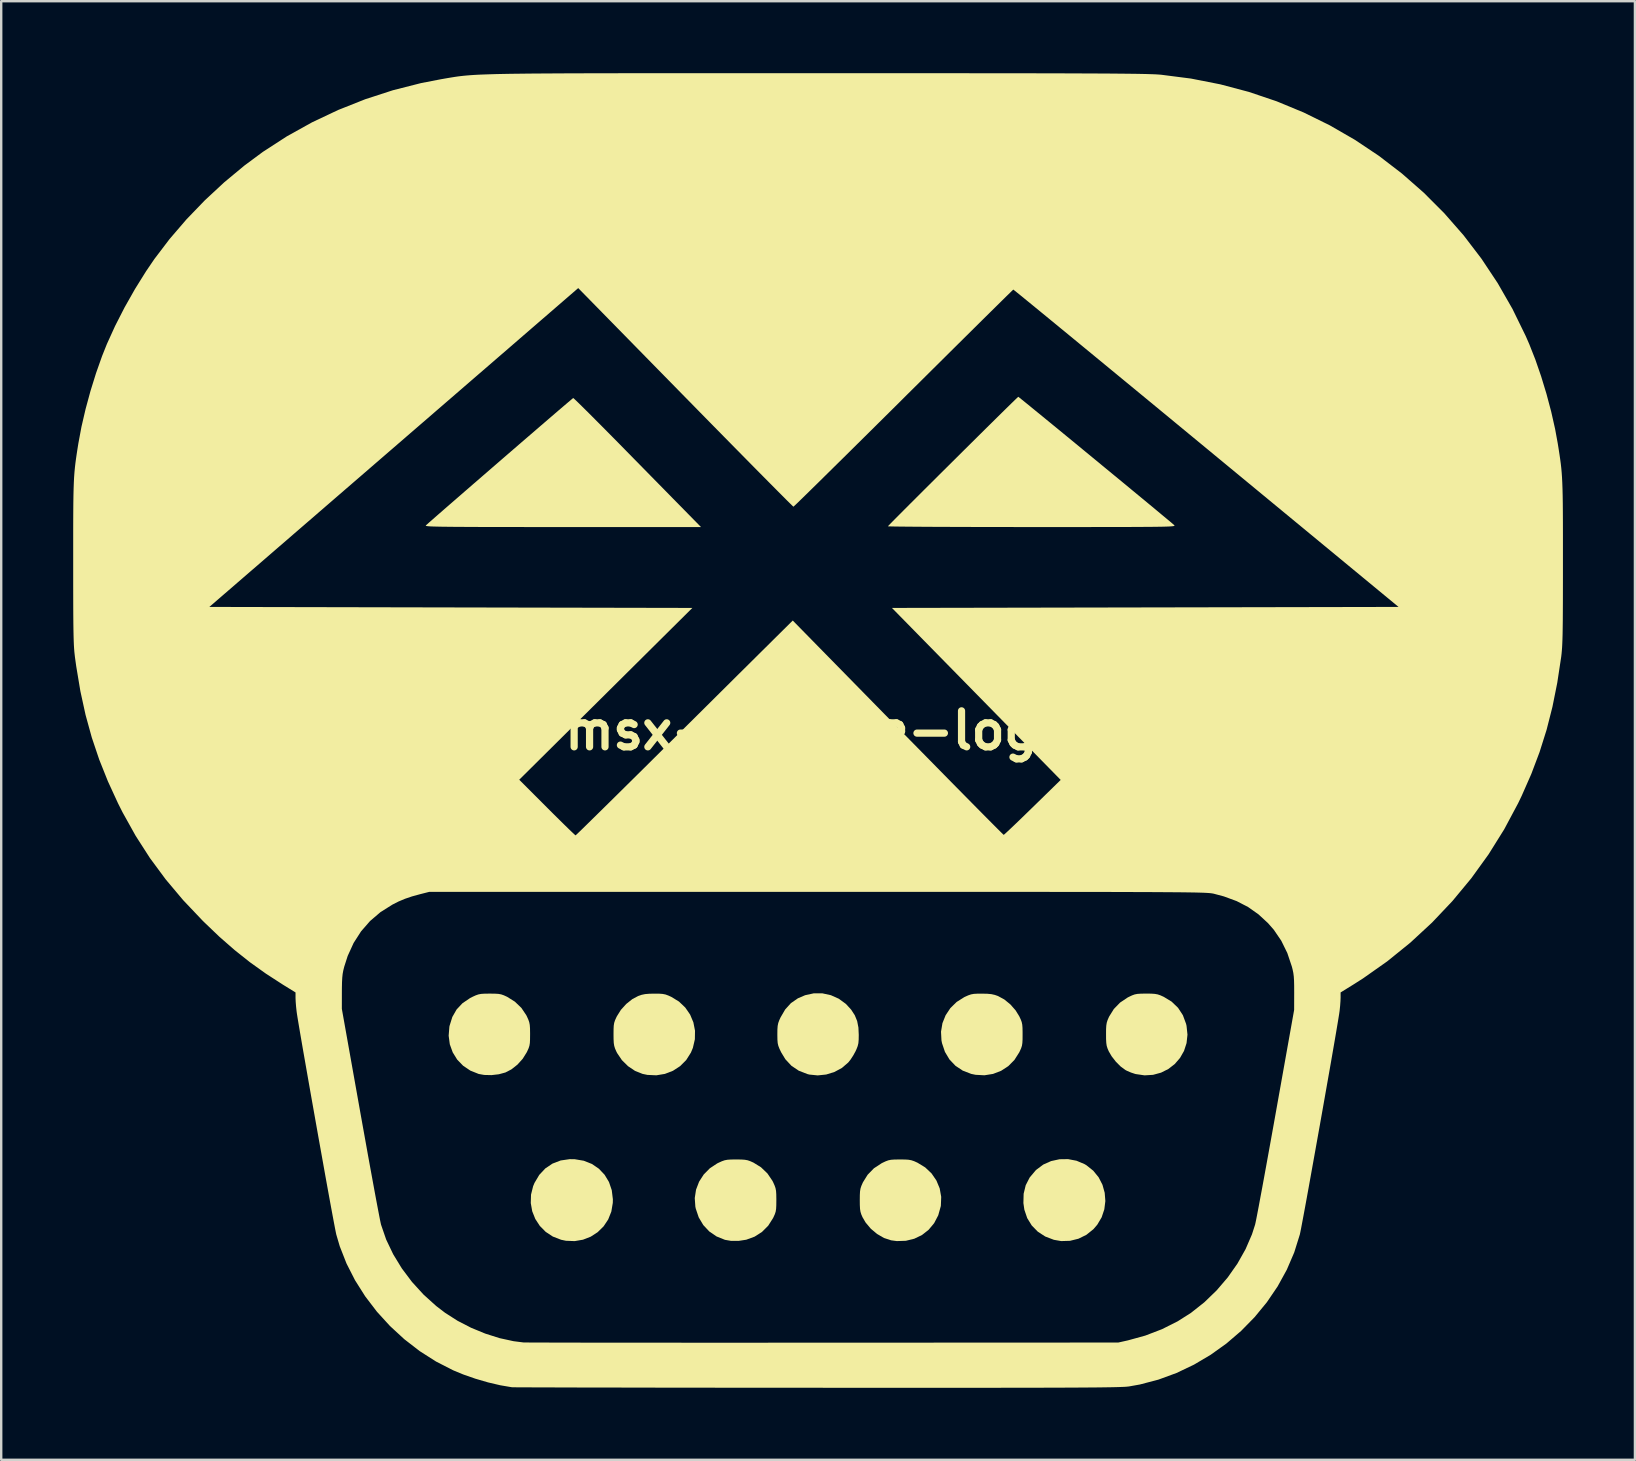
<source format=kicad_pcb>
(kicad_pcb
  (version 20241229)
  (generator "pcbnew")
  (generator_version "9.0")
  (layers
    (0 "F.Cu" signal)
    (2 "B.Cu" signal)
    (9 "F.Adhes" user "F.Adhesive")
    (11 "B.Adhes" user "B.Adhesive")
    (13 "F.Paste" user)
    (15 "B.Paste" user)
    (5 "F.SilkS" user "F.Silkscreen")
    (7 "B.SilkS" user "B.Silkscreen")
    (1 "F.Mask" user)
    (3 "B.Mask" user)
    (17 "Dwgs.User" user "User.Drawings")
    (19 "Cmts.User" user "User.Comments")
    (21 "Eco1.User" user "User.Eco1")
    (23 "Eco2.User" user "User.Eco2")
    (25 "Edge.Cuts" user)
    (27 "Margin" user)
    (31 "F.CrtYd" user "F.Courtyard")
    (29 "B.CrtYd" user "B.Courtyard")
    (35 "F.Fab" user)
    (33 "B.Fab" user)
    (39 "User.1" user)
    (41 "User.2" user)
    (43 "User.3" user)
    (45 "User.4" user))
  (footprint "msx-joyblue-logo"
    (layer "F.Cu")
    (at 31.018 27.393)
    (property "Reference" "msx-joyblue-logo" (at 0 0 0) (layer "F.SilkS") (effects (font (size 1.5 1.5) (thickness 0.3))))
    (attr board_only exclude_from_pos_files exclude_from_bom)
    (fp_poly (pts (xy -10.116 17.863) (xy -9.741 17.926) (xy -9.404 18.06) (xy -9.113 18.258) (xy -8.873 18.511) (xy -8.691 18.813) (xy -8.575 19.155) (xy -8.529 19.531) (xy -8.532 19.681) (xy -8.593 20.044) (xy -8.724 20.373) (xy -8.917 20.662) (xy -9.163 20.903) (xy -9.451 21.09) (xy -9.774 21.216) (xy -10.121 21.275) (xy -10.484 21.261) (xy -10.686 21.219) (xy -11.03 21.086) (xy -11.328 20.89) (xy -11.573 20.642) (xy -11.762 20.352) (xy -11.89 20.031) (xy -11.95 19.69) (xy -11.94 19.338) (xy -11.852 18.987) (xy -11.795 18.85) (xy -11.596 18.515) (xy -11.344 18.246) (xy -11.045 18.045) (xy -10.705 17.915) (xy -10.329 17.86)) (stroke (width 0) (type solid)) (fill yes) (layer "F.SilkS"))
    (fp_poly (pts (xy 10.792 17.926) (xy 11.124 18.066) (xy 11.203 18.113) (xy 11.49 18.342) (xy 11.714 18.618) (xy 11.873 18.928) (xy 11.966 19.262) (xy 11.993 19.606) (xy 11.95 19.951) (xy 11.839 20.283) (xy 11.656 20.592) (xy 11.494 20.78) (xy 11.203 21.013) (xy 10.874 21.175) (xy 10.52 21.263) (xy 10.153 21.274) (xy 9.848 21.221) (xy 9.487 21.083) (xy 9.178 20.882) (xy 8.926 20.624) (xy 8.737 20.317) (xy 8.618 19.967) (xy 8.578 19.69) (xy 8.588 19.301) (xy 8.674 18.948) (xy 8.838 18.627) (xy 9.082 18.335) (xy 9.12 18.299) (xy 9.407 18.085) (xy 9.733 17.94) (xy 10.082 17.864) (xy 10.44 17.859)) (stroke (width 0) (type solid)) (fill yes) (layer "F.SilkS"))
    (fp_poly (pts (xy 0.204 10.951) (xy 0.556 11.028) (xy 0.887 11.176) (xy 1.182 11.392) (xy 1.401 11.631) (xy 1.552 11.864) (xy 1.65 12.104) (xy 1.703 12.375) (xy 1.717 12.679) (xy 1.714 12.879) (xy 1.702 13.026) (xy 1.673 13.147) (xy 1.624 13.275) (xy 1.583 13.365) (xy 1.487 13.54) (xy 1.373 13.715) (xy 1.277 13.834) (xy 1.014 14.06) (xy 0.703 14.227) (xy 0.361 14.333) (xy 0.007 14.37) (xy -0.342 14.335) (xy -0.424 14.314) (xy -0.783 14.174) (xy -1.089 13.968) (xy -1.341 13.697) (xy -1.515 13.41) (xy -1.589 13.256) (xy -1.635 13.136) (xy -1.661 13.022) (xy -1.672 12.884) (xy -1.675 12.694) (xy -1.675 12.66) (xy -1.673 12.455) (xy -1.662 12.307) (xy -1.638 12.188) (xy -1.595 12.07) (xy -1.543 11.956) (xy -1.349 11.623) (xy -1.11 11.359) (xy -0.82 11.158) (xy -0.517 11.028) (xy -0.158 10.95)) (stroke (width 0) (type solid)) (fill yes) (layer "F.SilkS"))
    (fp_poly (pts (xy -6.603 10.964) (xy -6.456 10.975) (xy -6.337 10.998) (xy -6.219 11.041) (xy -6.096 11.097) (xy -5.775 11.293) (xy -5.512 11.543) (xy -5.31 11.836) (xy -5.174 12.161) (xy -5.106 12.508) (xy -5.112 12.865) (xy -5.195 13.222) (xy -5.277 13.419) (xy -5.473 13.73) (xy -5.727 13.984) (xy -6.026 14.178) (xy -6.361 14.307) (xy -6.718 14.366) (xy -7.089 14.349) (xy -7.292 14.307) (xy -7.607 14.181) (xy -7.9 13.984) (xy -8.154 13.732) (xy -8.353 13.437) (xy -8.389 13.365) (xy -8.44 13.247) (xy -8.473 13.139) (xy -8.492 13.018) (xy -8.5 12.858) (xy -8.502 12.657) (xy -8.5 12.446) (xy -8.493 12.296) (xy -8.474 12.18) (xy -8.44 12.075) (xy -8.386 11.955) (xy -8.363 11.908) (xy -8.194 11.638) (xy -7.971 11.392) (xy -7.717 11.19) (xy -7.475 11.062) (xy -7.331 11.012) (xy -7.186 10.982) (xy -7.01 10.967) (xy -6.806 10.963)) (stroke (width 0) (type solid)) (fill yes) (layer "F.SilkS"))
    (fp_poly (pts (xy 7.075 10.968) (xy 7.246 10.984) (xy 7.39 11.017) (xy 7.518 11.062) (xy 7.782 11.205) (xy 8.035 11.412) (xy 8.254 11.661) (xy 8.406 11.908) (xy 8.467 12.038) (xy 8.507 12.145) (xy 8.53 12.254) (xy 8.541 12.39) (xy 8.544 12.578) (xy 8.544 12.658) (xy 8.543 12.868) (xy 8.535 13.019) (xy 8.517 13.134) (xy 8.483 13.24) (xy 8.429 13.359) (xy 8.406 13.408) (xy 8.205 13.724) (xy 7.949 13.983) (xy 7.648 14.179) (xy 7.313 14.308) (xy 6.954 14.365) (xy 6.583 14.345) (xy 6.403 14.307) (xy 6.051 14.171) (xy 5.747 13.969) (xy 5.498 13.707) (xy 5.309 13.391) (xy 5.187 13.029) (xy 5.164 12.915) (xy 5.145 12.549) (xy 5.204 12.195) (xy 5.337 11.863) (xy 5.536 11.564) (xy 5.797 11.309) (xy 6.113 11.109) (xy 6.138 11.097) (xy 6.279 11.034) (xy 6.396 10.994) (xy 6.517 10.972) (xy 6.67 10.964) (xy 6.848 10.963)) (stroke (width 0) (type solid)) (fill yes) (layer "F.SilkS"))
    (fp_poly (pts (xy -3.184 17.875) (xy -3.034 17.885) (xy -2.916 17.906) (xy -2.803 17.945) (xy -2.671 18.004) (xy -2.357 18.198) (xy -2.088 18.456) (xy -1.88 18.763) (xy -1.848 18.827) (xy -1.79 18.957) (xy -1.752 19.066) (xy -1.73 19.18) (xy -1.72 19.324) (xy -1.717 19.523) (xy -1.717 19.57) (xy -1.719 19.781) (xy -1.727 19.932) (xy -1.745 20.047) (xy -1.779 20.152) (xy -1.833 20.272) (xy -1.855 20.317) (xy -2.056 20.633) (xy -2.316 20.893) (xy -2.624 21.09) (xy -2.971 21.217) (xy -3.29 21.266) (xy -3.601 21.266) (xy -3.858 21.222) (xy -4.208 21.081) (xy -4.512 20.873) (xy -4.762 20.606) (xy -4.952 20.286) (xy -5.075 19.921) (xy -5.092 19.839) (xy -5.117 19.481) (xy -5.063 19.13) (xy -4.936 18.799) (xy -4.743 18.499) (xy -4.489 18.241) (xy -4.181 18.037) (xy -4.123 18.009) (xy -3.986 17.947) (xy -3.872 17.907) (xy -3.755 17.885) (xy -3.607 17.875) (xy -3.403 17.873) (xy -3.392 17.873)) (stroke (width 0) (type solid)) (fill yes) (layer "F.SilkS"))
    (fp_poly (pts (xy 3.642 17.875) (xy 3.791 17.884) (xy 3.909 17.906) (xy 4.023 17.944) (xy 4.158 18.005) (xy 4.166 18.009) (xy 4.486 18.204) (xy 4.75 18.454) (xy 4.953 18.75) (xy 5.09 19.079) (xy 5.153 19.431) (xy 5.139 19.795) (xy 5.133 19.829) (xy 5.029 20.201) (xy 4.858 20.528) (xy 4.629 20.803) (xy 4.351 21.021) (xy 4.031 21.176) (xy 3.679 21.262) (xy 3.302 21.274) (xy 3.063 21.242) (xy 2.769 21.145) (xy 2.482 20.979) (xy 2.22 20.759) (xy 2.003 20.501) (xy 1.873 20.278) (xy 1.822 20.16) (xy 1.789 20.052) (xy 1.77 19.931) (xy 1.762 19.772) (xy 1.76 19.569) (xy 1.762 19.357) (xy 1.77 19.205) (xy 1.789 19.087) (xy 1.824 18.978) (xy 1.878 18.854) (xy 1.89 18.827) (xy 2.087 18.51) (xy 2.349 18.241) (xy 2.669 18.031) (xy 2.704 18.013) (xy 2.838 17.95) (xy 2.949 17.909) (xy 3.062 17.886) (xy 3.203 17.876) (xy 3.399 17.873) (xy 3.434 17.873)) (stroke (width 0) (type solid)) (fill yes) (layer "F.SilkS"))
    (fp_poly (pts (xy -13.654 10.962) (xy -13.447 10.964) (xy -13.299 10.973) (xy -13.183 10.994) (xy -13.073 11.032) (xy -12.943 11.092) (xy -12.932 11.097) (xy -12.612 11.298) (xy -12.342 11.557) (xy -12.137 11.861) (xy -12.11 11.916) (xy -12.052 12.045) (xy -12.014 12.154) (xy -11.992 12.268) (xy -11.982 12.412) (xy -11.979 12.61) (xy -11.979 12.658) (xy -11.981 12.869) (xy -11.988 13.02) (xy -12.007 13.135) (xy -12.041 13.24) (xy -12.095 13.36) (xy -12.118 13.407) (xy -12.286 13.677) (xy -12.506 13.921) (xy -12.757 14.119) (xy -13.006 14.248) (xy -13.282 14.323) (xy -13.589 14.358) (xy -13.89 14.351) (xy -14.12 14.31) (xy -14.469 14.17) (xy -14.77 13.967) (xy -15.017 13.711) (xy -15.203 13.41) (xy -15.324 13.075) (xy -15.372 12.715) (xy -15.342 12.341) (xy -15.333 12.3) (xy -15.219 11.935) (xy -15.041 11.623) (xy -14.797 11.363) (xy -14.482 11.149) (xy -14.375 11.094) (xy -14.242 11.033) (xy -14.131 10.995) (xy -14.015 10.973) (xy -13.868 10.964) (xy -13.663 10.962)) (stroke (width 0) (type solid)) (fill yes) (layer "F.SilkS"))
    (fp_poly (pts (xy 13.903 10.963) (xy 14.053 10.973) (xy 14.171 10.994) (xy 14.284 11.032) (xy 14.419 11.093) (xy 14.426 11.096) (xy 14.755 11.296) (xy 15.022 11.553) (xy 15.224 11.862) (xy 15.357 12.221) (xy 15.376 12.303) (xy 15.415 12.672) (xy 15.377 13.024) (xy 15.271 13.35) (xy 15.104 13.643) (xy 14.884 13.897) (xy 14.618 14.103) (xy 14.315 14.255) (xy 13.982 14.346) (xy 13.627 14.368) (xy 13.258 14.314) (xy 13.231 14.307) (xy 13.062 14.251) (xy 12.894 14.179) (xy 12.827 14.144) (xy 12.628 13.997) (xy 12.429 13.797) (xy 12.254 13.571) (xy 12.135 13.367) (xy 12.084 13.248) (xy 12.05 13.14) (xy 12.032 13.019) (xy 12.023 12.86) (xy 12.022 12.658) (xy 12.023 12.445) (xy 12.032 12.293) (xy 12.051 12.175) (xy 12.085 12.067) (xy 12.139 11.943) (xy 12.152 11.916) (xy 12.346 11.604) (xy 12.606 11.336) (xy 12.92 11.125) (xy 12.973 11.098) (xy 13.105 11.036) (xy 13.214 10.996) (xy 13.328 10.974) (xy 13.471 10.964) (xy 13.67 10.961) (xy 13.696 10.961)) (stroke (width 0) (type solid)) (fill yes) (layer "F.SilkS"))
    (fp_poly (pts (xy -10.147 -13.829) (xy -10.058 -13.746) (xy -9.919 -13.611) (xy -9.736 -13.43) (xy -9.512 -13.208) (xy -9.253 -12.948) (xy -8.963 -12.657) (xy -8.647 -12.338) (xy -8.31 -11.997) (xy -8.013 -11.694) (xy -7.646 -11.32) (xy -7.284 -10.952) (xy -6.934 -10.595) (xy -6.602 -10.257) (xy -6.293 -9.943) (xy -6.016 -9.66) (xy -5.775 -9.415) (xy -5.577 -9.214) (xy -5.429 -9.063) (xy -5.367 -9) (xy -4.857 -8.481) (xy -10.617 -8.481) (xy -11.437 -8.481) (xy -12.176 -8.481) (xy -12.839 -8.482) (xy -13.428 -8.482) (xy -13.95 -8.483) (xy -14.406 -8.485) (xy -14.802 -8.487) (xy -15.142 -8.489) (xy -15.429 -8.492) (xy -15.668 -8.495) (xy -15.862 -8.499) (xy -16.017 -8.503) (xy -16.135 -8.508) (xy -16.221 -8.514) (xy -16.279 -8.521) (xy -16.313 -8.528) (xy -16.326 -8.537) (xy -16.325 -8.545) (xy -16.285 -8.582) (xy -16.187 -8.67) (xy -16.036 -8.802) (xy -15.838 -8.976) (xy -15.597 -9.186) (xy -15.319 -9.428) (xy -15.01 -9.696) (xy -14.675 -9.987) (xy -14.32 -10.295) (xy -13.949 -10.616) (xy -13.568 -10.946) (xy -13.183 -11.279) (xy -12.799 -11.611) (xy -12.422 -11.937) (xy -12.056 -12.252) (xy -11.707 -12.553) (xy -11.381 -12.834) (xy -11.083 -13.09) (xy -10.818 -13.318) (xy -10.592 -13.511) (xy -10.41 -13.666) (xy -10.277 -13.778) (xy -10.2 -13.843) (xy -10.181 -13.857)) (stroke (width 0) (type solid)) (fill yes) (layer "F.SilkS"))
    (fp_poly (pts (xy 8.4 -13.882) (xy 8.495 -13.806) (xy 8.645 -13.685) (xy 8.843 -13.524) (xy 9.086 -13.325) (xy 9.367 -13.096) (xy 9.682 -12.838) (xy 10.024 -12.558) (xy 10.388 -12.259) (xy 10.769 -11.946) (xy 11.161 -11.623) (xy 11.56 -11.295) (xy 11.959 -10.966) (xy 12.354 -10.641) (xy 12.739 -10.324) (xy 13.108 -10.019) (xy 13.457 -9.731) (xy 13.779 -9.465) (xy 14.07 -9.224) (xy 14.323 -9.013) (xy 14.535 -8.837) (xy 14.699 -8.701) (xy 14.809 -8.607) (xy 14.861 -8.562) (xy 14.861 -8.561) (xy 14.872 -8.55) (xy 14.875 -8.54) (xy 14.868 -8.531) (xy 14.845 -8.523) (xy 14.804 -8.516) (xy 14.74 -8.51) (xy 14.649 -8.504) (xy 14.527 -8.499) (xy 14.369 -8.495) (xy 14.173 -8.492) (xy 13.933 -8.489) (xy 13.646 -8.487) (xy 13.308 -8.485) (xy 12.914 -8.483) (xy 12.461 -8.482) (xy 11.945 -8.482) (xy 11.361 -8.481) (xy 10.705 -8.481) (xy 9.974 -8.481) (xy 9.163 -8.481) (xy 8.932 -8.481) (xy 8.225 -8.481) (xy 7.543 -8.482) (xy 6.888 -8.483) (xy 6.267 -8.484) (xy 5.684 -8.486) (xy 5.144 -8.488) (xy 4.652 -8.49) (xy 4.211 -8.493) (xy 3.828 -8.496) (xy 3.507 -8.499) (xy 3.252 -8.502) (xy 3.068 -8.506) (xy 2.961 -8.509) (xy 2.933 -8.513) (xy 2.965 -8.548) (xy 3.052 -8.638) (xy 3.189 -8.777) (xy 3.37 -8.959) (xy 3.591 -9.181) (xy 3.845 -9.436) (xy 4.129 -9.719) (xy 4.436 -10.026) (xy 4.762 -10.35) (xy 5.101 -10.688) (xy 5.449 -11.033) (xy 5.799 -11.381) (xy 6.147 -11.727) (xy 6.488 -12.065) (xy 6.816 -12.39) (xy 7.126 -12.697) (xy 7.413 -12.98) (xy 7.672 -13.236) (xy 7.898 -13.458) (xy 8.085 -13.641) (xy 8.229 -13.781) (xy 8.323 -13.871) (xy 8.364 -13.908) (xy 8.365 -13.909)) (stroke (width 0) (type solid)) (fill yes) (layer "F.SilkS"))
    (fp_poly (pts (xy -2.953 -27.393) (xy -1.764 -27.393) (xy -0.494 -27.393) (xy 0.022 -27.393) (xy 1.318 -27.393) (xy 2.531 -27.393) (xy 3.666 -27.393) (xy 4.724 -27.392) (xy 5.708 -27.392) (xy 6.621 -27.391) (xy 7.466 -27.391) (xy 8.246 -27.39) (xy 8.963 -27.389) (xy 9.62 -27.387) (xy 10.221 -27.386) (xy 10.767 -27.384) (xy 11.262 -27.382) (xy 11.708 -27.38) (xy 12.108 -27.378) (xy 12.465 -27.375) (xy 12.782 -27.372) (xy 13.062 -27.369) (xy 13.306 -27.366) (xy 13.519 -27.362) (xy 13.702 -27.358) (xy 13.859 -27.353) (xy 13.993 -27.349) (xy 14.105 -27.344) (xy 14.2 -27.338) (xy 14.279 -27.332) (xy 14.315 -27.329) (xy 15.561 -27.169) (xy 16.781 -26.929) (xy 17.973 -26.613) (xy 19.133 -26.221) (xy 20.259 -25.755) (xy 21.346 -25.22) (xy 22.394 -24.615) (xy 23.398 -23.944) (xy 24.355 -23.209) (xy 25.264 -22.411) (xy 26.119 -21.554) (xy 26.92 -20.639) (xy 27.662 -19.668) (xy 28.343 -18.643) (xy 28.959 -17.568) (xy 29.509 -16.443) (xy 29.657 -16.104) (xy 29.91 -15.463) (xy 30.152 -14.762) (xy 30.375 -14.029) (xy 30.572 -13.288) (xy 30.735 -12.565) (xy 30.846 -11.958) (xy 30.884 -11.72) (xy 30.917 -11.506) (xy 30.946 -11.309) (xy 30.971 -11.121) (xy 30.992 -10.936) (xy 31.009 -10.746) (xy 31.023 -10.543) (xy 31.034 -10.321) (xy 31.043 -10.072) (xy 31.05 -9.788) (xy 31.055 -9.463) (xy 31.058 -9.089) (xy 31.06 -8.659) (xy 31.061 -8.166) (xy 31.061 -7.601) (xy 31.061 -7.018) (xy 31.061 -6.388) (xy 31.06 -5.836) (xy 31.059 -5.357) (xy 31.057 -4.942) (xy 31.055 -4.587) (xy 31.051 -4.285) (xy 31.047 -4.028) (xy 31.041 -3.811) (xy 31.034 -3.628) (xy 31.026 -3.471) (xy 31.016 -3.335) (xy 31.005 -3.213) (xy 30.992 -3.098) (xy 30.986 -3.054) (xy 30.824 -1.988) (xy 30.623 -0.985) (xy 30.379 -0.028) (xy 30.087 0.898) (xy 29.743 1.809) (xy 29.342 2.72) (xy 29.192 3.032) (xy 28.613 4.116) (xy 27.962 5.158) (xy 27.242 6.156) (xy 26.456 7.104) (xy 25.608 8) (xy 24.702 8.838) (xy 23.741 9.616) (xy 22.729 10.329) (xy 22.317 10.591) (xy 21.796 10.913) (xy 21.796 11.129) (xy 21.79 11.278) (xy 21.776 11.472) (xy 21.755 11.673) (xy 21.751 11.705) (xy 21.735 11.815) (xy 21.705 12.001) (xy 21.663 12.254) (xy 21.61 12.569) (xy 21.547 12.937) (xy 21.475 13.353) (xy 21.396 13.809) (xy 21.31 14.298) (xy 21.219 14.813) (xy 21.125 15.348) (xy 21.028 15.896) (xy 20.93 16.449) (xy 20.831 17.001) (xy 20.734 17.544) (xy 20.639 18.072) (xy 20.548 18.579) (xy 20.462 19.056) (xy 20.382 19.497) (xy 20.309 19.896) (xy 20.244 20.244) (xy 20.189 20.536) (xy 20.146 20.764) (xy 20.114 20.922) (xy 20.098 20.997) (xy 19.864 21.746) (xy 19.553 22.47) (xy 19.171 23.164) (xy 18.723 23.823) (xy 18.214 24.442) (xy 17.651 25.017) (xy 17.039 25.542) (xy 16.382 26.012) (xy 15.687 26.423) (xy 14.96 26.77) (xy 14.205 27.047) (xy 13.428 27.251) (xy 12.985 27.33) (xy 12.936 27.336) (xy 12.87 27.342) (xy 12.786 27.348) (xy 12.68 27.352) (xy 12.549 27.357) (xy 12.391 27.361) (xy 12.203 27.365) (xy 11.981 27.368) (xy 11.724 27.372) (xy 11.428 27.374) (xy 11.09 27.377) (xy 10.708 27.379) (xy 10.279 27.381) (xy 9.8 27.383) (xy 9.269 27.384) (xy 8.681 27.385) (xy 8.035 27.386) (xy 7.328 27.387) (xy 6.557 27.387) (xy 5.719 27.388) (xy 4.811 27.388) (xy 3.831 27.388) (xy 2.775 27.387) (xy 1.641 27.387) (xy 0.426 27.387) (xy -0.021 27.386) (xy -1.051 27.386) (xy -2.059 27.385) (xy -3.042 27.384) (xy -3.997 27.384) (xy -4.921 27.383) (xy -5.81 27.382) (xy -6.661 27.381) (xy -7.471 27.38) (xy -8.236 27.378) (xy -8.953 27.377) (xy -9.618 27.376) (xy -10.229 27.375) (xy -10.781 27.373) (xy -11.273 27.372) (xy -11.699 27.371) (xy -12.057 27.369) (xy -12.344 27.368) (xy -12.556 27.367) (xy -12.69 27.365) (xy -12.742 27.364) (xy -12.742 27.364) (xy -13.218 27.283) (xy -13.733 27.162) (xy -14.26 27.008) (xy -14.767 26.831) (xy -15.183 26.659) (xy -15.898 26.293) (xy -16.579 25.859) (xy -17.22 25.363) (xy -17.816 24.814) (xy -18.361 24.217) (xy -18.848 23.579) (xy -19.273 22.907) (xy -19.629 22.208) (xy -19.911 21.489) (xy -20.055 20.999) (xy -20.074 20.909) (xy -20.107 20.743) (xy -20.152 20.507) (xy -20.208 20.208) (xy -20.274 19.853) (xy -20.348 19.449) (xy -20.429 19.004) (xy -20.516 18.523) (xy -20.607 18.013) (xy -20.702 17.483) (xy -20.8 16.938) (xy -20.898 16.386) (xy -20.996 15.833) (xy -21.093 15.287) (xy -21.187 14.754) (xy -21.277 14.241) (xy -21.362 13.755) (xy -21.441 13.304) (xy -21.512 12.893) (xy -21.574 12.531) (xy -21.626 12.223) (xy -21.667 11.977) (xy -21.695 11.799) (xy -21.708 11.705) (xy -21.72 11.597) (xy -19.823 11.597) (xy -19.048 15.944) (xy -18.94 16.546) (xy -18.835 17.129) (xy -18.735 17.688) (xy -18.639 18.215) (xy -18.549 18.705) (xy -18.467 19.153) (xy -18.393 19.551) (xy -18.328 19.895) (xy -18.274 20.177) (xy -18.232 20.393) (xy -18.202 20.536) (xy -18.189 20.592) (xy -17.976 21.21) (xy -17.685 21.82) (xy -17.324 22.412) (xy -16.9 22.976) (xy -16.42 23.502) (xy -15.891 23.98) (xy -15.518 24.265) (xy -15.001 24.595) (xy -14.439 24.885) (xy -13.85 25.128) (xy -13.253 25.318) (xy -12.666 25.446) (xy -12.255 25.498) (xy -12.197 25.499) (xy -12.058 25.5) (xy -11.841 25.501) (xy -11.549 25.502) (xy -11.186 25.503) (xy -10.755 25.504) (xy -10.26 25.505) (xy -9.704 25.506) (xy -9.09 25.507) (xy -8.422 25.507) (xy -7.703 25.508) (xy -6.937 25.508) (xy -6.127 25.508) (xy -5.277 25.509) (xy -4.389 25.509) (xy -3.467 25.509) (xy -2.516 25.509) (xy -1.537 25.508) (xy -0.534 25.508) (xy 0.233 25.508) (xy 12.53 25.502) (xy 12.933 25.412) (xy 13.658 25.212) (xy 14.354 24.945) (xy 15.007 24.617) (xy 15.561 24.265) (xy 16.118 23.824) (xy 16.632 23.327) (xy 17.094 22.787) (xy 17.498 22.211) (xy 17.836 21.61) (xy 18.102 20.995) (xy 18.232 20.592) (xy 18.251 20.509) (xy 18.284 20.348) (xy 18.329 20.116) (xy 18.386 19.818) (xy 18.452 19.461) (xy 18.529 19.051) (xy 18.613 18.593) (xy 18.704 18.094) (xy 18.801 17.559) (xy 18.903 16.995) (xy 19.009 16.407) (xy 19.088 15.965) (xy 19.86 11.64) (xy 19.862 10.919) (xy 19.861 10.636) (xy 19.856 10.419) (xy 19.845 10.247) (xy 19.826 10.1) (xy 19.797 9.96) (xy 19.766 9.838) (xy 19.575 9.269) (xy 19.324 8.758) (xy 19.011 8.299) (xy 18.77 8.024) (xy 18.373 7.658) (xy 17.942 7.354) (xy 17.465 7.107) (xy 16.932 6.911) (xy 16.516 6.8) (xy 16.485 6.793) (xy 16.45 6.787) (xy 16.408 6.781) (xy 16.357 6.775) (xy 16.295 6.77) (xy 16.218 6.765) (xy 16.125 6.76) (xy 16.012 6.756) (xy 15.877 6.752) (xy 15.718 6.748) (xy 15.532 6.745) (xy 15.316 6.742) (xy 15.069 6.739) (xy 14.786 6.737) (xy 14.467 6.735) (xy 14.107 6.732) (xy 13.705 6.731) (xy 13.259 6.729) (xy 12.765 6.728) (xy 12.221 6.726) (xy 11.624 6.725) (xy 10.972 6.724) (xy 10.263 6.724) (xy 9.493 6.723) (xy 8.661 6.722) (xy 7.763 6.722) (xy 6.797 6.722) (xy 5.761 6.721) (xy 4.652 6.721) (xy 3.467 6.721) (xy 2.204 6.721) (xy 0.86 6.721) (xy 0 6.721) (xy -16.177 6.721) (xy -16.559 6.818) (xy -16.902 6.912) (xy -17.193 7.011) (xy -17.461 7.124) (xy -17.717 7.254) (xy -18.213 7.566) (xy -18.648 7.938) (xy -19.022 8.367) (xy -19.333 8.852) (xy -19.579 9.391) (xy -19.723 9.838) (xy -19.762 9.993) (xy -19.789 10.139) (xy -19.806 10.298) (xy -19.816 10.49) (xy -19.821 10.735) (xy -19.822 10.898) (xy -19.823 11.597) (xy -21.72 11.597) (xy -21.73 11.505) (xy -21.746 11.307) (xy -21.753 11.149) (xy -21.753 11.129) (xy -21.753 10.913) (xy -22.275 10.591) (xy -22.987 10.13) (xy -23.654 9.653) (xy -24.294 9.145) (xy -24.927 8.591) (xy -25.571 7.975) (xy -25.636 7.91) (xy -26.438 7.064) (xy -27.163 6.202) (xy -27.819 5.314) (xy -28.415 4.387) (xy -28.959 3.411) (xy -29.15 3.032) (xy -29.571 2.117) (xy -29.934 1.208) (xy -30.243 0.29) (xy -30.503 -0.654) (xy -30.718 -1.639) (xy -30.892 -2.681) (xy -30.944 -3.054) (xy -30.957 -3.167) (xy -30.97 -3.286) (xy -30.98 -3.416) (xy -30.989 -3.563) (xy -30.996 -3.735) (xy -31.002 -3.938) (xy -31.007 -4.178) (xy -31.011 -4.462) (xy -31.014 -4.795) (xy -31.016 -5.152) (xy -25.344 -5.152) (xy -15.281 -5.131) (xy -5.217 -5.11) (xy -8.824 -1.53) (xy -12.431 2.049) (xy -11.273 3.208) (xy -11.015 3.466) (xy -10.775 3.703) (xy -10.56 3.915) (xy -10.378 4.093) (xy -10.233 4.232) (xy -10.134 4.325) (xy -10.087 4.366) (xy -10.084 4.368) (xy -10.051 4.338) (xy -9.961 4.253) (xy -9.818 4.115) (xy -9.627 3.928) (xy -9.39 3.695) (xy -9.111 3.421) (xy -8.794 3.109) (xy -8.443 2.763) (xy -8.061 2.385) (xy -7.652 1.981) (xy -7.219 1.553) (xy -6.767 1.104) (xy -6.373 0.713) (xy -5.889 0.232) (xy -5.409 -0.244) (xy -4.939 -0.71) (xy -4.483 -1.163) (xy -4.047 -1.596) (xy -3.634 -2.006) (xy -3.25 -2.388) (xy -2.899 -2.735) (xy -2.587 -3.045) (xy -2.318 -3.312) (xy -2.096 -3.531) (xy -1.928 -3.698) (xy -1.863 -3.763) (xy -1.033 -4.585) (xy 3.346 -0.119) (xy 3.851 0.396) (xy 4.341 0.894) (xy 4.811 1.372) (xy 5.258 1.827) (xy 5.679 2.255) (xy 6.071 2.652) (xy 6.43 3.016) (xy 6.754 3.344) (xy 7.038 3.631) (xy 7.28 3.874) (xy 7.476 4.071) (xy 7.623 4.217) (xy 7.717 4.31) (xy 7.756 4.346) (xy 7.757 4.346) (xy 7.793 4.318) (xy 7.883 4.236) (xy 8.02 4.108) (xy 8.198 3.939) (xy 8.409 3.737) (xy 8.646 3.507) (xy 8.904 3.256) (xy 8.96 3.202) (xy 10.132 2.057) (xy 6.616 -1.527) (xy 3.1 -5.11) (xy 13.655 -5.131) (xy 24.21 -5.152) (xy 16.196 -11.767) (xy 15.476 -12.361) (xy 14.774 -12.94) (xy 14.092 -13.503) (xy 13.432 -14.047) (xy 12.798 -14.569) (xy 12.192 -15.068) (xy 11.618 -15.541) (xy 11.077 -15.986) (xy 10.574 -16.4) (xy 10.109 -16.782) (xy 9.688 -17.128) (xy 9.311 -17.437) (xy 8.983 -17.706) (xy 8.705 -17.933) (xy 8.481 -18.116) (xy 8.313 -18.252) (xy 8.205 -18.339) (xy 8.159 -18.375) (xy 8.157 -18.376) (xy 8.125 -18.346) (xy 8.036 -18.259) (xy 7.893 -18.12) (xy 7.7 -17.93) (xy 7.46 -17.693) (xy 7.176 -17.413) (xy 6.852 -17.093) (xy 6.491 -16.735) (xy 6.096 -16.344) (xy 5.671 -15.923) (xy 5.219 -15.474) (xy 4.742 -15.001) (xy 4.246 -14.508) (xy 3.731 -13.998) (xy 3.582 -13.849) (xy 3.064 -13.334) (xy 2.561 -12.836) (xy 2.078 -12.357) (xy 1.618 -11.902) (xy 1.184 -11.472) (xy 0.779 -11.073) (xy 0.407 -10.706) (xy 0.072 -10.375) (xy -0.225 -10.084) (xy -0.479 -9.835) (xy -0.687 -9.632) (xy -0.845 -9.478) (xy -0.952 -9.377) (xy -1.002 -9.331) (xy -1.005 -9.329) (xy -1.039 -9.359) (xy -1.128 -9.446) (xy -1.271 -9.587) (xy -1.462 -9.779) (xy -1.7 -10.018) (xy -1.981 -10.301) (xy -2.302 -10.625) (xy -2.659 -10.986) (xy -3.049 -11.382) (xy -3.469 -11.808) (xy -3.916 -12.262) (xy -4.386 -12.74) (xy -4.876 -13.239) (xy -5.382 -13.755) (xy -5.508 -13.883) (xy -9.973 -18.438) (xy -12.524 -16.233) (xy -12.858 -15.943) (xy -13.251 -15.604) (xy -13.696 -15.219) (xy -14.187 -14.795) (xy -14.718 -14.336) (xy -15.282 -13.848) (xy -15.875 -13.336) (xy -16.489 -12.805) (xy -17.119 -12.261) (xy -17.758 -11.708) (xy -18.402 -11.152) (xy -19.042 -10.598) (xy -19.675 -10.052) (xy -20.209 -9.59) (xy -25.344 -5.152) (xy -31.016 -5.152) (xy -31.016 -5.185) (xy -31.017 -5.638) (xy -31.018 -6.161) (xy -31.018 -6.759) (xy -31.018 -7.018) (xy -31.018 -7.653) (xy -31.018 -8.211) (xy -31.017 -8.699) (xy -31.015 -9.124) (xy -31.012 -9.493) (xy -31.007 -9.815) (xy -31 -10.095) (xy -30.991 -10.341) (xy -30.98 -10.561) (xy -30.965 -10.763) (xy -30.947 -10.952) (xy -30.926 -11.137) (xy -30.901 -11.325) (xy -30.872 -11.524) (xy -30.839 -11.739) (xy -30.804 -11.958) (xy -30.674 -12.656) (xy -30.502 -13.396) (xy -30.297 -14.152) (xy -30.065 -14.897) (xy -29.815 -15.604) (xy -29.615 -16.104) (xy -29.273 -16.857) (xy -28.877 -17.632) (xy -28.441 -18.402) (xy -27.981 -19.14) (xy -27.634 -19.65) (xy -27.001 -20.483) (xy -26.296 -21.303) (xy -25.533 -22.095) (xy -24.723 -22.847) (xy -23.881 -23.546) (xy -23.11 -24.117) (xy -22.114 -24.762) (xy -21.065 -25.345) (xy -19.974 -25.861) (xy -18.848 -26.308) (xy -17.696 -26.682) (xy -16.529 -26.979) (xy -15.715 -27.137) (xy -15.58 -27.161) (xy -15.454 -27.183) (xy -15.335 -27.203) (xy -15.22 -27.222) (xy -15.106 -27.24) (xy -14.99 -27.257) (xy -14.87 -27.272) (xy -14.742 -27.286) (xy -14.603 -27.299) (xy -14.451 -27.311) (xy -14.282 -27.322) (xy -14.094 -27.332) (xy -13.883 -27.34) (xy -13.648 -27.348) (xy -13.384 -27.356) (xy -13.089 -27.362) (xy -12.761 -27.368) (xy -12.395 -27.372) (xy -11.989 -27.377) (xy -11.541 -27.38) (xy -11.047 -27.383) (xy -10.505 -27.386) (xy -9.911 -27.388) (xy -9.262 -27.39) (xy -8.556 -27.391) (xy -7.79 -27.392) (xy -6.961 -27.392) (xy -6.066 -27.393) (xy -5.101 -27.393) (xy -4.065 -27.393)) (stroke (width 0) (type solid)) (fill yes) (layer "F.SilkS")))
  (gr_rect
    (start -3 -3)
    (end 65.079 57.781)
    (stroke (width 0.1) (type default))
    (fill no)
    (layer "Edge.Cuts")))
</source>
